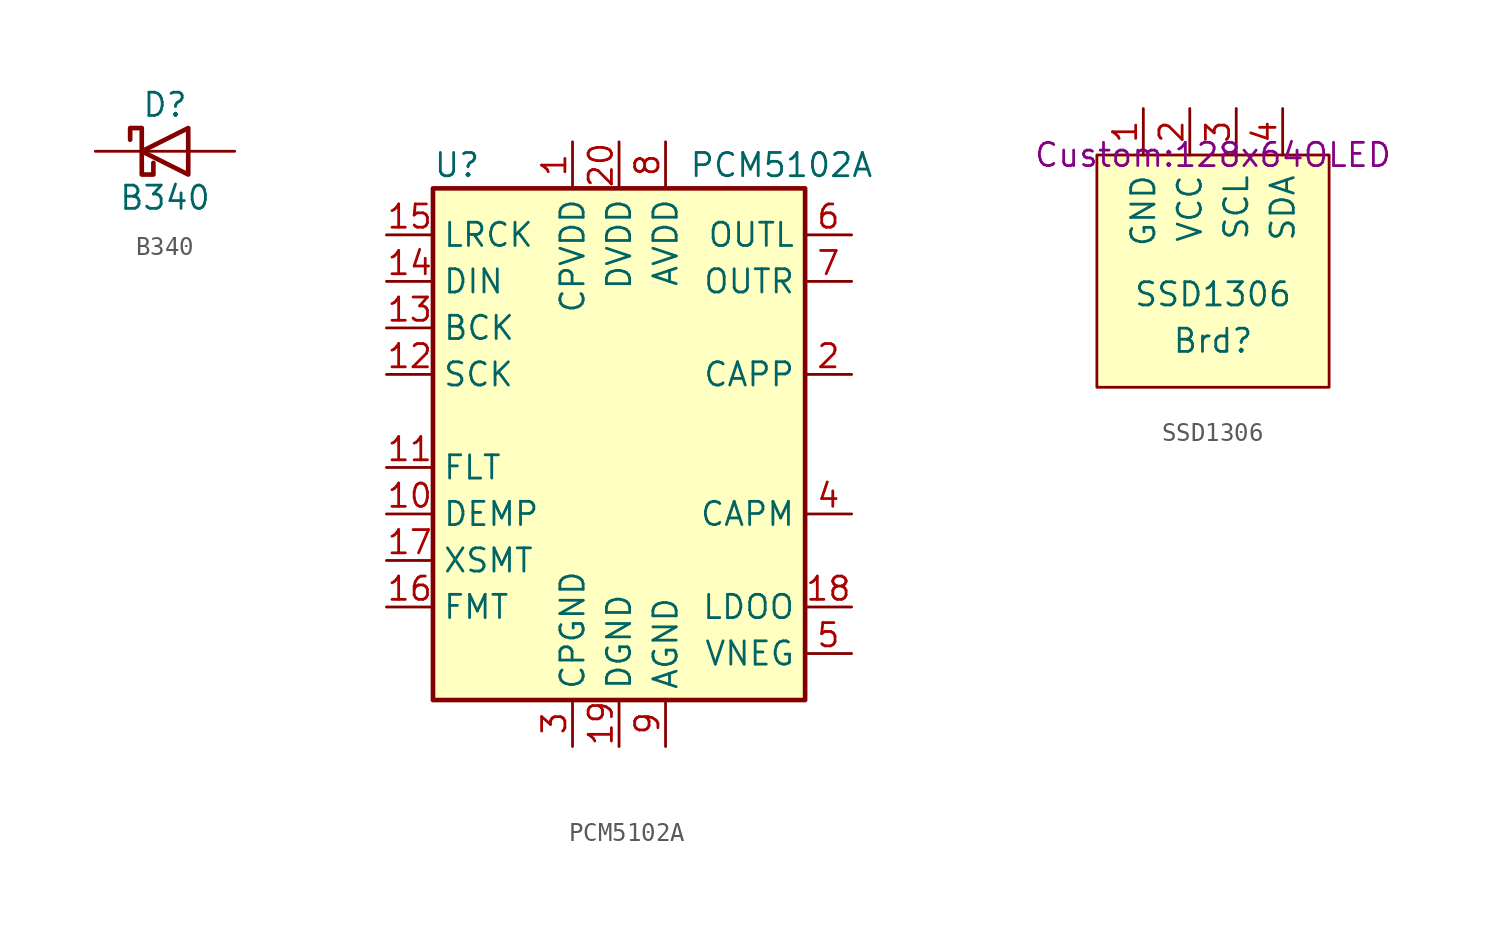
<source format=kicad_sym>
(kicad_symbol_lib
  (version 20241209)
  (generator "kicad_symbol_editor")
  (generator_version "9.0")
  (symbol "B340"
    (pin_numbers
      (hide yes))
    (pin_names
      (offset 1.016)
      (hide yes))
    (property "Reference" "D"
      (at 0 2.54 0)
      (effects (font (size 1.27 1.27))))
    (property "Value" "B340"
      (at 0 -2.54 0)
      (effects (font (size 1.27 1.27))))
    (symbol "B340_0_1"
      (polyline (pts (xy -1.905 0.635) (xy -1.905 1.27) (xy -1.27 1.27) (xy -1.27 -1.27) (xy -0.635 -1.27) (xy -0.635 -0.635)) (stroke (width 0.254) (type default)) (fill (type none)))
      (polyline (pts (xy 1.27 1.27) (xy 1.27 -1.27) (xy -1.27 0) (xy 1.27 1.27)) (stroke (width 0.254) (type default)) (fill (type none)))
      (polyline (pts (xy 1.27 0) (xy -1.27 0)) (stroke (width 0) (type default)) (fill (type none))))
    (symbol "B340_1_1"
      (pin passive line (at -3.81 0 0) (length 2.54) (name "K" (effects (font (size 1.27 1.27)))) (number "1" (effects (font (size 1.27 1.27)))))
      (pin passive line (at 3.81 0 180) (length 2.54) (name "A" (effects (font (size 1.27 1.27)))) (number "2" (effects (font (size 1.27 1.27)))))))
  (symbol "PCM5102A"
    (property "Reference" "U"
      (at -10.16 13.97 0)
      (effects (font (size 1.27 1.27)) (justify left)))
    (property "Value" "PCM5102A"
      (at 3.81 13.97 0)
      (effects (font (size 1.27 1.27)) (justify left)))
    (symbol "PCM5102A_0_1"
      (rectangle (start -10.16 12.7) (end 10.16 -15.24) (stroke (width 0.254) (type default)) (fill (type background))))
    (symbol "PCM5102A_1_1"
      (pin input line (at -12.7 10.16 0) (length 2.54) (name "LRCK" (effects (font (size 1.27 1.27)))) (number "15" (effects (font (size 1.27 1.27)))))
      (pin input line (at -12.7 7.62 0) (length 2.54) (name "DIN" (effects (font (size 1.27 1.27)))) (number "14" (effects (font (size 1.27 1.27)))))
      (pin input line (at -12.7 5.08 0) (length 2.54) (name "BCK" (effects (font (size 1.27 1.27)))) (number "13" (effects (font (size 1.27 1.27)))))
      (pin input line (at -12.7 2.54 0) (length 2.54) (name "SCK" (effects (font (size 1.27 1.27)))) (number "12" (effects (font (size 1.27 1.27)))))
      (pin input line (at -12.7 -2.54 0) (length 2.54) (name "FLT" (effects (font (size 1.27 1.27)))) (number "11" (effects (font (size 1.27 1.27)))))
      (pin input line (at -12.7 -5.08 0) (length 2.54) (name "DEMP" (effects (font (size 1.27 1.27)))) (number "10" (effects (font (size 1.27 1.27)))))
      (pin input line (at -12.7 -7.62 0) (length 2.54) (name "XSMT" (effects (font (size 1.27 1.27)))) (number "17" (effects (font (size 1.27 1.27)))))
      (pin input line (at -12.7 -10.16 0) (length 2.54) (name "FMT" (effects (font (size 1.27 1.27)))) (number "16" (effects (font (size 1.27 1.27)))))
      (pin passive line (at -2.54 15.24 270) (length 2.54) (name "CPVDD" (effects (font (size 1.27 1.27)))) (number "1" (effects (font (size 1.27 1.27)))))
      (pin power_in line (at -2.54 -17.78 90) (length 2.54) (name "CPGND" (effects (font (size 1.27 1.27)))) (number "3" (effects (font (size 1.27 1.27)))))
      (pin power_in line (at 0 15.24 270) (length 2.54) (name "DVDD" (effects (font (size 1.27 1.27)))) (number "20" (effects (font (size 1.27 1.27)))))
      (pin power_in line (at 0 -17.78 90) (length 2.54) (name "DGND" (effects (font (size 1.27 1.27)))) (number "19" (effects (font (size 1.27 1.27)))))
      (pin power_in line (at 2.54 15.24 270) (length 2.54) (name "AVDD" (effects (font (size 1.27 1.27)))) (number "8" (effects (font (size 1.27 1.27)))))
      (pin power_in line (at 2.54 -17.78 90) (length 2.54) (name "AGND" (effects (font (size 1.27 1.27)))) (number "9" (effects (font (size 1.27 1.27)))))
      (pin output line (at 12.7 10.16 180) (length 2.54) (name "OUTL" (effects (font (size 1.27 1.27)))) (number "6" (effects (font (size 1.27 1.27)))))
      (pin output line (at 12.7 7.62 180) (length 2.54) (name "OUTR" (effects (font (size 1.27 1.27)))) (number "7" (effects (font (size 1.27 1.27)))))
      (pin passive line (at 12.7 2.54 180) (length 2.54) (name "CAPP" (effects (font (size 1.27 1.27)))) (number "2" (effects (font (size 1.27 1.27)))))
      (pin passive line (at 12.7 -5.08 180) (length 2.54) (name "CAPM" (effects (font (size 1.27 1.27)))) (number "4" (effects (font (size 1.27 1.27)))))
      (pin passive line (at 12.7 -10.16 180) (length 2.54) (name "LDOO" (effects (font (size 1.27 1.27)))) (number "18" (effects (font (size 1.27 1.27)))))
      (pin passive line (at 12.7 -12.7 180) (length 2.54) (name "VNEG" (effects (font (size 1.27 1.27)))) (number "5" (effects (font (size 1.27 1.27)))))))
  (symbol "SSD1306"
    (pin_names
      (offset 1.016))
    (property "Reference" "Brd"
      (at 0 -3.81 0)
      (effects (font (size 1.27 1.27))))
    (property "Value" "SSD1306"
      (at 0 -1.27 0)
      (effects (font (size 1.27 1.27))))
    (property "Footprint" "Custom:128x64OLED"
      (at 0 6.35 0)
      (effects (font (size 1.27 1.27))))
    (symbol "SSD1306_0_1"
      (rectangle (start -6.35 6.35) (end 6.35 -6.35) (stroke (width 0) (type solid)) (fill (type background))))
    (symbol "SSD1306_1_1"
      (pin input line (at -3.81 8.89 270) (length 2.54) (name "GND" (effects (font (size 1.27 1.27)))) (number "1" (effects (font (size 1.27 1.27)))))
      (pin input line (at -1.27 8.89 270) (length 2.54) (name "VCC" (effects (font (size 1.27 1.27)))) (number "2" (effects (font (size 1.27 1.27)))))
      (pin input line (at 1.27 8.89 270) (length 2.54) (name "SCL" (effects (font (size 1.27 1.27)))) (number "3" (effects (font (size 1.27 1.27)))))
      (pin input line (at 3.81 8.89 270) (length 2.54) (name "SDA" (effects (font (size 1.27 1.27)))) (number "4" (effects (font (size 1.27 1.27))))))))
</source>
